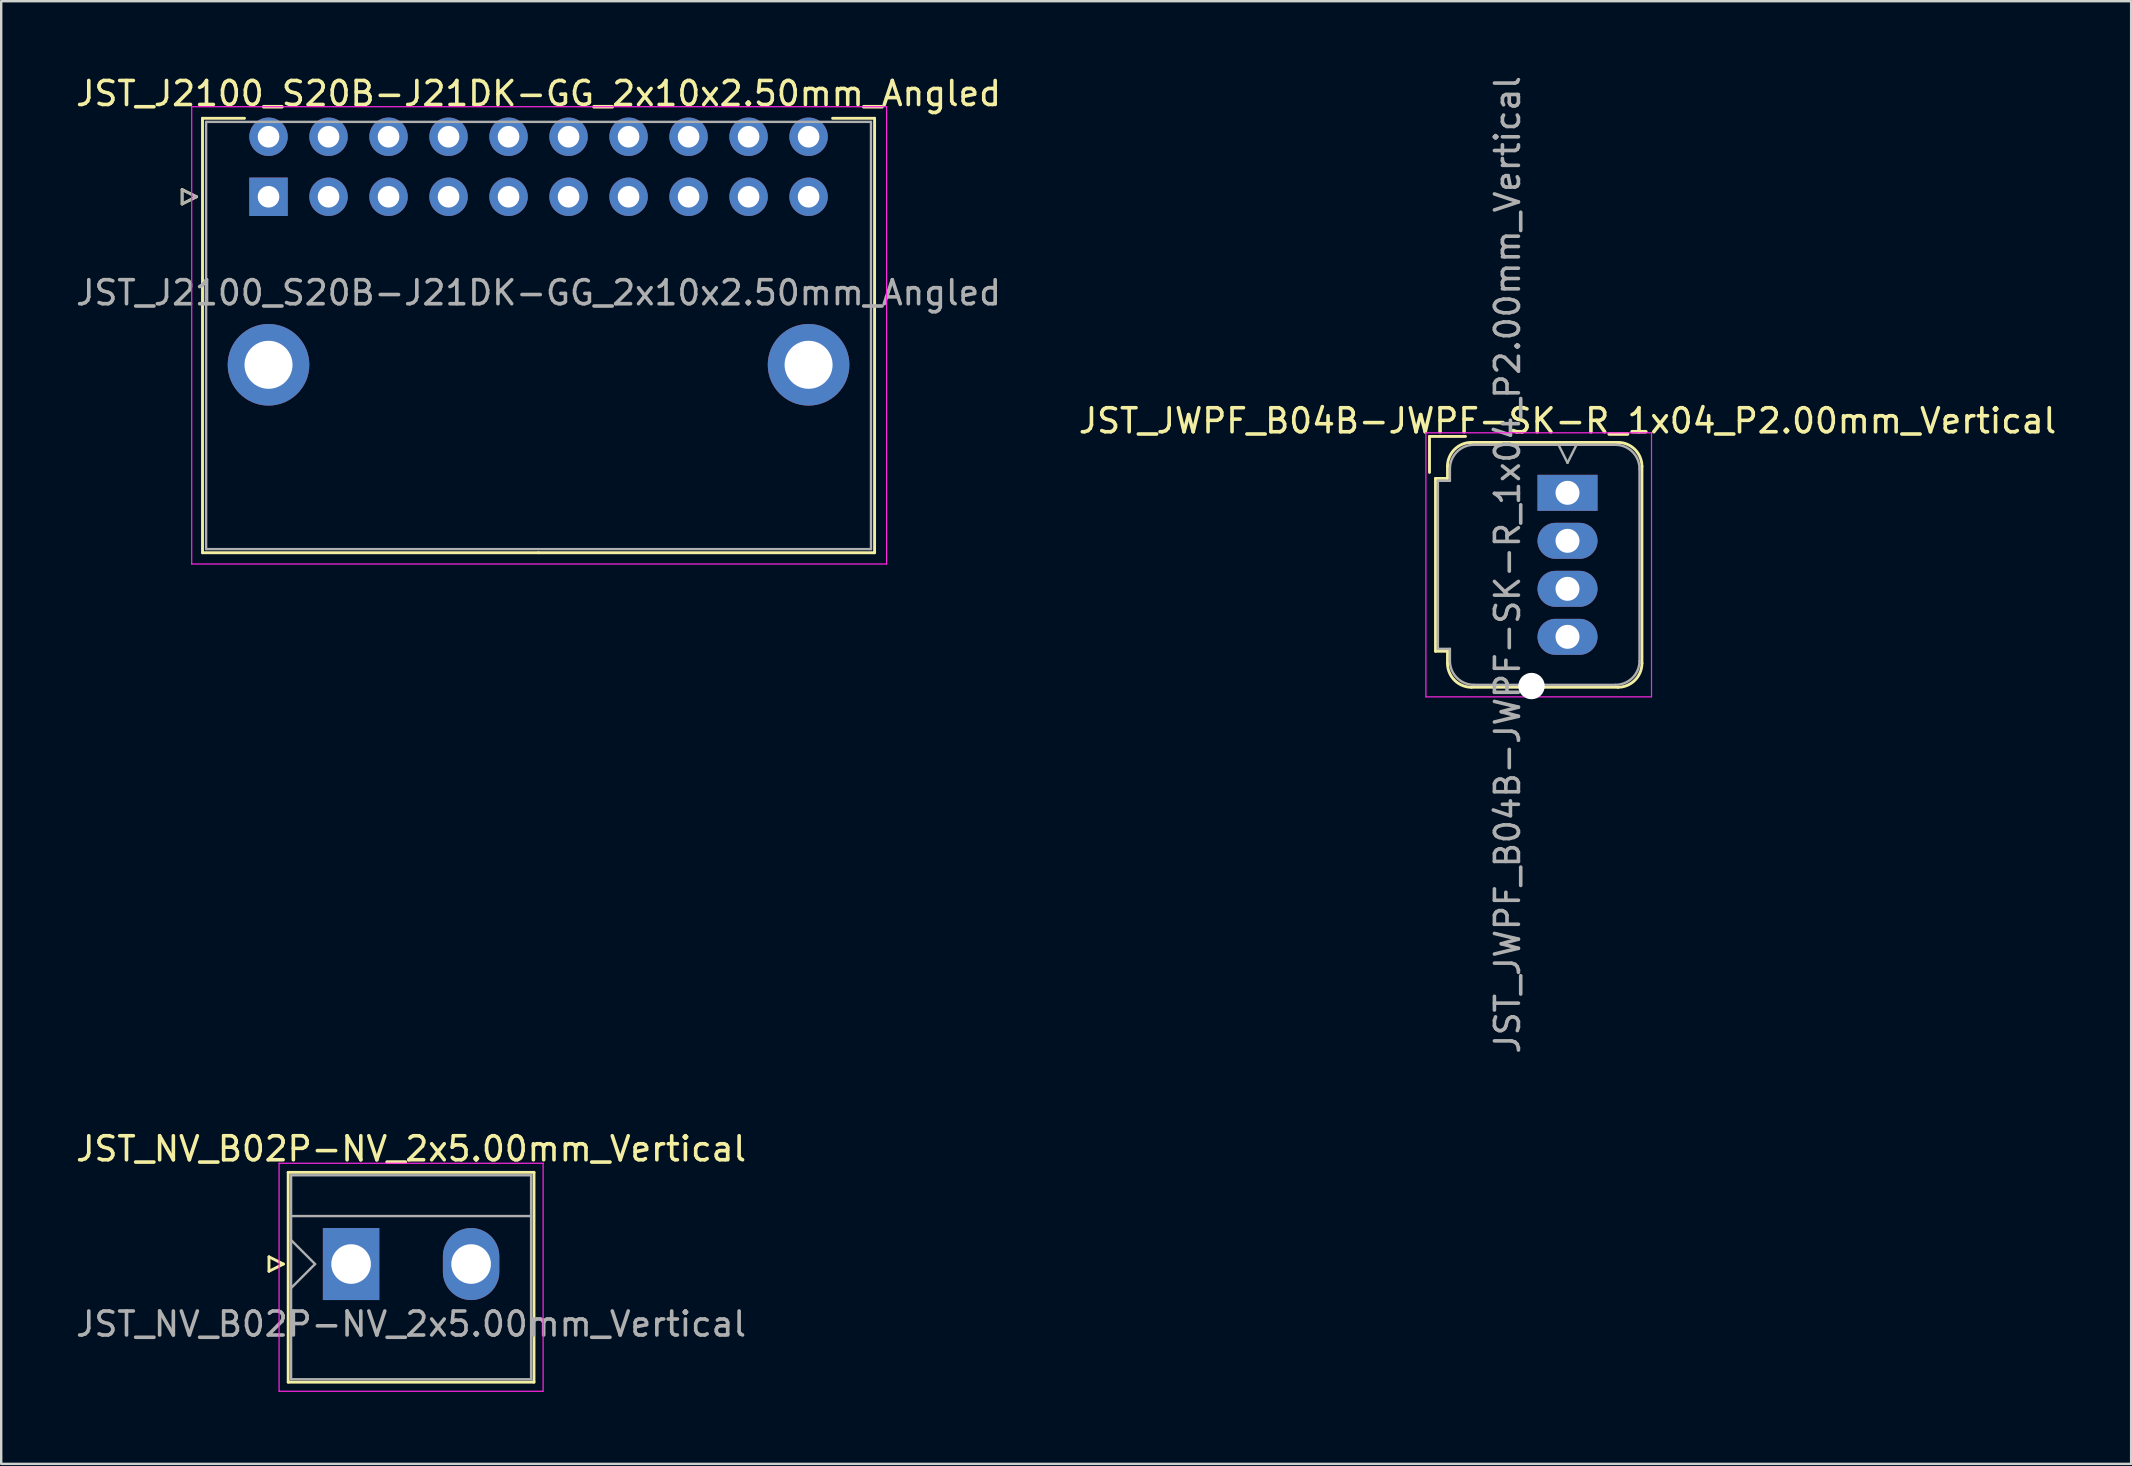
<source format=kicad_pcb>
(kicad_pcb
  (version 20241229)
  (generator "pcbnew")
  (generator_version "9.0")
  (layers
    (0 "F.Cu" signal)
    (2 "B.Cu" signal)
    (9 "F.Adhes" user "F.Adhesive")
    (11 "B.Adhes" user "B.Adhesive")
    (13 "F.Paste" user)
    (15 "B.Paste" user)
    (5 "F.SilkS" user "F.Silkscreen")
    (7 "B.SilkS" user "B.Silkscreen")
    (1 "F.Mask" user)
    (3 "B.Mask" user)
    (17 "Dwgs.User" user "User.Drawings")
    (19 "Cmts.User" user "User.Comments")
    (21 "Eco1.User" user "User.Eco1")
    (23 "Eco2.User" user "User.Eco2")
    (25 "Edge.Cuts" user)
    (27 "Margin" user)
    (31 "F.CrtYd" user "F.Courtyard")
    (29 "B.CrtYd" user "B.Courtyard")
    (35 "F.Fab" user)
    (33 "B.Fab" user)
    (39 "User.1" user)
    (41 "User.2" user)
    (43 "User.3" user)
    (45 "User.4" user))
  (footprint "JST_JWPF_B04B-JWPF-SK-R_1x04_P2.00mm_Vertical"
    (layer "F.Cu")
    (at 62.256 17.482)
    (property "Reference" "JST_JWPF_B04B-JWPF-SK-R_1x04_P2.00mm_Vertical" (at 0 -3 0) (layer "F.SilkS") (effects (font (size 1 1) (thickness 0.15))))
    (attr through_hole)
    (fp_line (start -5.75 -2.35) (end -4.25 -2.35) (stroke (width 0.12) (type solid)) (layer "F.SilkS"))
    (fp_line (start -5.75 -0.85) (end -5.75 -2.35) (stroke (width 0.12) (type solid)) (layer "F.SilkS"))
    (fp_line (start -5.5 -0.6) (end -5.5 6.6) (stroke (width 0.12) (type solid)) (layer "F.SilkS"))
    (fp_line (start -5.5 6.6) (end -5 6.6) (stroke (width 0.12) (type solid)) (layer "F.SilkS"))
    (fp_line (start -5 -1.1) (end -5 -0.6) (stroke (width 0.12) (type solid)) (layer "F.SilkS"))
    (fp_line (start -5 -0.6) (end -5.5 -0.6) (stroke (width 0.12) (type solid)) (layer "F.SilkS"))
    (fp_line (start -5 6.6) (end -5 7.1) (stroke (width 0.12) (type solid)) (layer "F.SilkS"))
    (fp_line (start -4 -2.1) (end 2.1 -2.1) (stroke (width 0.12) (type solid)) (layer "F.SilkS"))
    (fp_line (start -4 8.1) (end 2.1 8.1) (stroke (width 0.12) (type solid)) (layer "F.SilkS"))
    (fp_line (start 3.1 -1.1) (end 3.1 7.1) (stroke (width 0.12) (type solid)) (layer "F.SilkS"))
    (fp_arc (start -5 -1.1) (mid -4.707107 -1.807107) (end -4 -2.1) (stroke (width 0.12) (type solid)) (layer "F.SilkS"))
    (fp_arc (start -4 8.1) (mid -4.707107 7.807107) (end -5 7.1) (stroke (width 0.12) (type solid)) (layer "F.SilkS"))
    (fp_arc (start 2.1 -2.1) (mid 2.807107 -1.807107) (end 3.1 -1.1) (stroke (width 0.12) (type solid)) (layer "F.SilkS"))
    (fp_arc (start 3.1 7.1) (mid 2.807107 7.807107) (end 2.1 8.1) (stroke (width 0.12) (type solid)) (layer "F.SilkS"))
    (fp_line (start -5.9 -2.5) (end -5.9 8.5) (stroke (width 0.05) (type solid)) (layer "F.CrtYd"))
    (fp_line (start -5.9 8.5) (end 3.5 8.5) (stroke (width 0.05) (type solid)) (layer "F.CrtYd"))
    (fp_line (start 3.5 -2.5) (end -5.9 -2.5) (stroke (width 0.05) (type solid)) (layer "F.CrtYd"))
    (fp_line (start 3.5 8.5) (end 3.5 -2.5) (stroke (width 0.05) (type solid)) (layer "F.CrtYd"))
    (fp_line (start -5.4 -0.5) (end -5.4 6.5) (stroke (width 0.1) (type solid)) (layer "F.Fab"))
    (fp_line (start -5.4 6.5) (end -4.9 6.5) (stroke (width 0.1) (type solid)) (layer "F.Fab"))
    (fp_line (start -4.9 -1) (end -4.9 -0.5) (stroke (width 0.1) (type solid)) (layer "F.Fab"))
    (fp_line (start -4.9 -0.5) (end -5.4 -0.5) (stroke (width 0.1) (type solid)) (layer "F.Fab"))
    (fp_line (start -4.9 6.5) (end -4.9 7) (stroke (width 0.1) (type solid)) (layer "F.Fab"))
    (fp_line (start -3.9 -2) (end 2 -2) (stroke (width 0.1) (type solid)) (layer "F.Fab"))
    (fp_line (start -3.9 8) (end 2 8) (stroke (width 0.1) (type solid)) (layer "F.Fab"))
    (fp_line (start -0.375 -2) (end 0.375 -2) (stroke (width 0.1) (type solid)) (layer "F.Fab"))
    (fp_line (start 0 -1.25) (end -0.375 -2) (stroke (width 0.1) (type solid)) (layer "F.Fab"))
    (fp_line (start 0.375 -2) (end 0 -1.25) (stroke (width 0.1) (type solid)) (layer "F.Fab"))
    (fp_line (start 3 -1) (end 3 7) (stroke (width 0.1) (type solid)) (layer "F.Fab"))
    (fp_arc (start -4.9 -1) (mid -4.607107 -1.707107) (end -3.9 -2) (stroke (width 0.1) (type solid)) (layer "F.Fab"))
    (fp_arc (start -3.9 8) (mid -4.607107 7.707107) (end -4.9 7) (stroke (width 0.1) (type solid)) (layer "F.Fab"))
    (fp_arc (start 2 -2) (mid 2.707107 -1.707107) (end 3 -1) (stroke (width 0.1) (type solid)) (layer "F.Fab"))
    (fp_arc (start 3 7) (mid 2.707107 7.707107) (end 2 8) (stroke (width 0.1) (type solid)) (layer "F.Fab"))
    (fp_text user "${REFERENCE}" (at -2.5 3 90) (layer "F.Fab") (effects (font (size 1 1) (thickness 0.15))))
    (pad "" np_thru_hole circle (at -1.5 8.05) (size 1.1 1.1) (drill 1.1) (layers "*.Cu" "*.Mask"))
    (pad "1" thru_hole rect (at 0 0) (size 2.5 1.5) (drill 1) (layers "*.Cu" "*.Mask"))
    (pad "2" thru_hole oval (at 0 2) (size 2.5 1.5) (drill 1) (layers "*.Cu" "*.Mask"))
    (pad "3" thru_hole oval (at 0 4) (size 2.5 1.5) (drill 1) (layers "*.Cu" "*.Mask"))
    (pad "4" thru_hole oval (at 0 6) (size 2.5 1.5) (drill 1) (layers "*.Cu" "*.Mask")))
  (footprint "JST_NV_B02P-NV_2x5.00mm_Vertical"
    (layer "F.Cu")
    (at 11.577 49.613)
    (property "Reference" "JST_NV_B02P-NV_2x5.00mm_Vertical" (at 2.5 -4.8 0) (layer "F.SilkS") (effects (font (size 1 1) (thickness 0.15))))
    (attr through_hole)
    (fp_line (start -3.42 -0.3) (end -2.82 0) (stroke (width 0.12) (type solid)) (layer "F.SilkS"))
    (fp_line (start -3.42 0.3) (end -3.42 -0.3) (stroke (width 0.12) (type solid)) (layer "F.SilkS"))
    (fp_line (start -2.82 0) (end -3.42 0.3) (stroke (width 0.12) (type solid)) (layer "F.SilkS"))
    (fp_line (start -2.62 -3.82) (end -2.62 4.92) (stroke (width 0.12) (type solid)) (layer "F.SilkS"))
    (fp_line (start -2.62 4.92) (end 7.62 4.92) (stroke (width 0.12) (type solid)) (layer "F.SilkS"))
    (fp_line (start 7.62 -3.82) (end -2.62 -3.82) (stroke (width 0.12) (type solid)) (layer "F.SilkS"))
    (fp_line (start 7.62 4.92) (end 7.62 -3.82) (stroke (width 0.12) (type solid)) (layer "F.SilkS"))
    (fp_line (start -3 -4.2) (end -3 5.3) (stroke (width 0.05) (type solid)) (layer "F.CrtYd"))
    (fp_line (start -3 5.3) (end 8 5.3) (stroke (width 0.05) (type solid)) (layer "F.CrtYd"))
    (fp_line (start 8 -4.2) (end -3 -4.2) (stroke (width 0.05) (type solid)) (layer "F.CrtYd"))
    (fp_line (start 8 5.3) (end 8 -4.2) (stroke (width 0.05) (type solid)) (layer "F.CrtYd"))
    (fp_line (start -2.5 -3.7) (end -2.5 4.8) (stroke (width 0.1) (type solid)) (layer "F.Fab"))
    (fp_line (start -2.5 -2) (end 7.5 -2) (stroke (width 0.1) (type solid)) (layer "F.Fab"))
    (fp_line (start -2.5 -1) (end -1.5 0) (stroke (width 0.1) (type solid)) (layer "F.Fab"))
    (fp_line (start -2.5 1) (end -1.5 0) (stroke (width 0.1) (type solid)) (layer "F.Fab"))
    (fp_line (start -2.5 4.8) (end 7.5 4.8) (stroke (width 0.1) (type solid)) (layer "F.Fab"))
    (fp_line (start 7.5 -3.7) (end -2.5 -3.7) (stroke (width 0.1) (type solid)) (layer "F.Fab"))
    (fp_line (start 7.5 4.8) (end 7.5 -3.7) (stroke (width 0.1) (type solid)) (layer "F.Fab"))
    (fp_text user "${REFERENCE}" (at 2.5 2.5 0) (layer "F.Fab") (effects (font (size 1 1) (thickness 0.15))))
    (pad "1" thru_hole rect (at 0 0) (size 2.35 3) (drill 1.65) (layers "*.Cu" "*.Mask"))
    (pad "2" thru_hole oval (at 5 0) (size 2.35 3) (drill 1.65) (layers "*.Cu" "*.Mask")))
  (footprint "JST_J2100_S20B-J21DK-GG_2x10x2.50mm_Angled"
    (layer "F.Cu")
    (at 8.137 5.148)
    (property "Reference" "JST_J2100_S20B-J21DK-GG_2x10x2.50mm_Angled" (at 11.25 -4.3 0) (layer "F.SilkS") (effects (font (size 1 1) (thickness 0.15))))
    (attr through_hole)
    (fp_line (start -3.6 -0.3) (end -3 0) (stroke (width 0.12) (type solid)) (layer "F.SilkS"))
    (fp_line (start -3.6 0.3) (end -3.6 -0.3) (stroke (width 0.12) (type solid)) (layer "F.SilkS"))
    (fp_line (start -3 0) (end -3.6 0.3) (stroke (width 0.12) (type solid)) (layer "F.SilkS"))
    (fp_line (start -2.75 -3.27) (end -2.75 14.83) (stroke (width 0.12) (type solid)) (layer "F.SilkS"))
    (fp_line (start -2.75 14.83) (end 11.25 14.83) (stroke (width 0.12) (type solid)) (layer "F.SilkS"))
    (fp_line (start -1 -3.27) (end -2.75 -3.27) (stroke (width 0.12) (type solid)) (layer "F.SilkS"))
    (fp_line (start 23.5 -3.27) (end 25.25 -3.27) (stroke (width 0.12) (type solid)) (layer "F.SilkS"))
    (fp_line (start 25.25 -3.27) (end 25.25 14.83) (stroke (width 0.12) (type solid)) (layer "F.SilkS"))
    (fp_line (start 25.25 14.83) (end 11.25 14.83) (stroke (width 0.12) (type solid)) (layer "F.SilkS"))
    (fp_line (start -3.2 -3.75) (end -3.2 15.3) (stroke (width 0.05) (type solid)) (layer "F.CrtYd"))
    (fp_line (start -3.2 15.3) (end 25.75 15.3) (stroke (width 0.05) (type solid)) (layer "F.CrtYd"))
    (fp_line (start 25.75 -3.75) (end -3.2 -3.75) (stroke (width 0.05) (type solid)) (layer "F.CrtYd"))
    (fp_line (start 25.75 15.3) (end 25.75 -3.75) (stroke (width 0.05) (type solid)) (layer "F.CrtYd"))
    (fp_line (start -3.6 -0.3) (end -3 0) (stroke (width 0.1) (type solid)) (layer "F.Fab"))
    (fp_line (start -3.6 0.3) (end -3.6 -0.3) (stroke (width 0.1) (type solid)) (layer "F.Fab"))
    (fp_line (start -3 0) (end -3.6 0.3) (stroke (width 0.1) (type solid)) (layer "F.Fab"))
    (fp_line (start -2.6 -3.12) (end -2.6 14.68) (stroke (width 0.1) (type solid)) (layer "F.Fab"))
    (fp_line (start -2.6 14.68) (end 25.1 14.68) (stroke (width 0.1) (type solid)) (layer "F.Fab"))
    (fp_line (start 25.1 -3.12) (end -2.6 -3.12) (stroke (width 0.1) (type solid)) (layer "F.Fab"))
    (fp_line (start 25.1 14.68) (end 25.1 -3.12) (stroke (width 0.1) (type solid)) (layer "F.Fab"))
    (fp_text user "${REFERENCE}" (at 11.25 4 0) (layer "F.Fab") (effects (font (size 1 1) (thickness 0.15))))
    (pad "" thru_hole circle (at 0 7) (size 3.4 3.4) (drill 2) (layers "*.Cu" "*.Mask"))
    (pad "" thru_hole circle (at 22.5 7) (size 3.4 3.4) (drill 2) (layers "*.Cu" "*.Mask"))
    (pad "1" thru_hole rect (at 0 0) (size 1.6 1.6) (drill 0.9) (layers "*.Cu" "*.Mask"))
    (pad "2" thru_hole circle (at 0 -2.5) (size 1.6 1.6) (drill 0.9) (layers "*.Cu" "*.Mask"))
    (pad "3" thru_hole circle (at 2.5 0) (size 1.6 1.6) (drill 0.9) (layers "*.Cu" "*.Mask"))
    (pad "4" thru_hole circle (at 2.5 -2.5) (size 1.6 1.6) (drill 0.9) (layers "*.Cu" "*.Mask"))
    (pad "5" thru_hole circle (at 5 0) (size 1.6 1.6) (drill 0.9) (layers "*.Cu" "*.Mask"))
    (pad "6" thru_hole circle (at 5 -2.5) (size 1.6 1.6) (drill 0.9) (layers "*.Cu" "*.Mask"))
    (pad "7" thru_hole circle (at 7.5 0) (size 1.6 1.6) (drill 0.9) (layers "*.Cu" "*.Mask"))
    (pad "8" thru_hole circle (at 7.5 -2.5) (size 1.6 1.6) (drill 0.9) (layers "*.Cu" "*.Mask"))
    (pad "9" thru_hole circle (at 10 0) (size 1.6 1.6) (drill 0.9) (layers "*.Cu" "*.Mask"))
    (pad "10" thru_hole circle (at 10 -2.5) (size 1.6 1.6) (drill 0.9) (layers "*.Cu" "*.Mask"))
    (pad "11" thru_hole circle (at 12.5 0) (size 1.6 1.6) (drill 0.9) (layers "*.Cu" "*.Mask"))
    (pad "12" thru_hole circle (at 12.5 -2.5) (size 1.6 1.6) (drill 0.9) (layers "*.Cu" "*.Mask"))
    (pad "13" thru_hole circle (at 15 0) (size 1.6 1.6) (drill 0.9) (layers "*.Cu" "*.Mask"))
    (pad "14" thru_hole circle (at 15 -2.5) (size 1.6 1.6) (drill 0.9) (layers "*.Cu" "*.Mask"))
    (pad "15" thru_hole circle (at 17.5 0) (size 1.6 1.6) (drill 0.9) (layers "*.Cu" "*.Mask"))
    (pad "16" thru_hole circle (at 17.5 -2.5) (size 1.6 1.6) (drill 0.9) (layers "*.Cu" "*.Mask"))
    (pad "17" thru_hole circle (at 20 0) (size 1.6 1.6) (drill 0.9) (layers "*.Cu" "*.Mask"))
    (pad "18" thru_hole circle (at 20 -2.5) (size 1.6 1.6) (drill 0.9) (layers "*.Cu" "*.Mask"))
    (pad "19" thru_hole circle (at 22.5 0) (size 1.6 1.6) (drill 0.9) (layers "*.Cu" "*.Mask"))
    (pad "20" thru_hole circle (at 22.5 -2.5) (size 1.6 1.6) (drill 0.9) (layers "*.Cu" "*.Mask")))
  (gr_rect
    (start -3 -3)
    (end 85.738 57.938)
    (stroke (width 0.1) (type default))
    (fill no)
    (layer "Edge.Cuts")))
</source>
